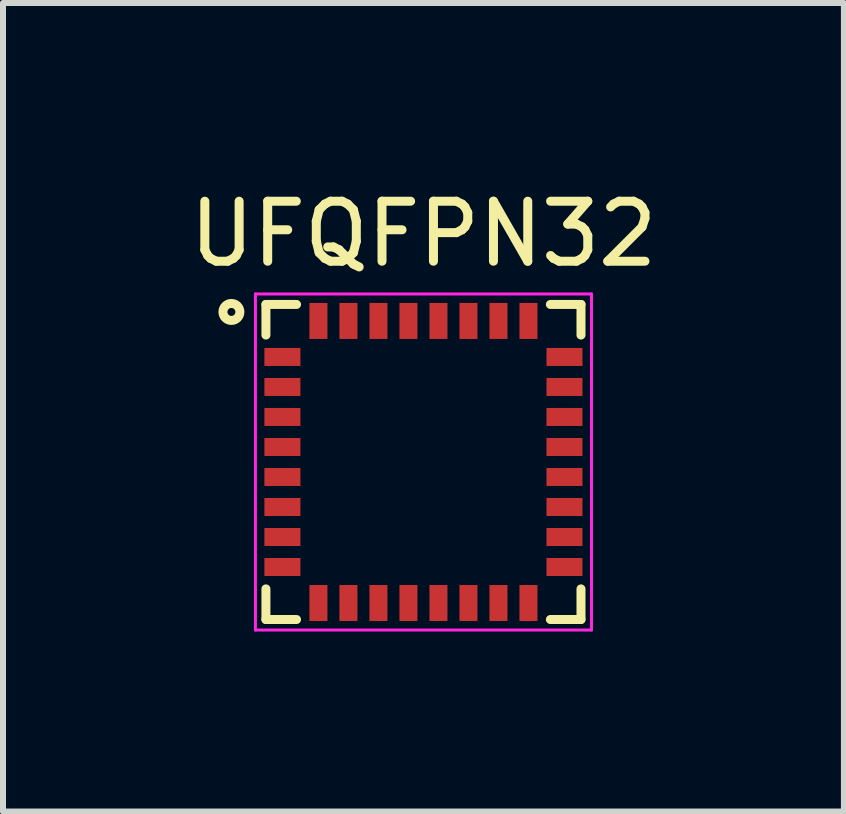
<source format=kicad_pcb>
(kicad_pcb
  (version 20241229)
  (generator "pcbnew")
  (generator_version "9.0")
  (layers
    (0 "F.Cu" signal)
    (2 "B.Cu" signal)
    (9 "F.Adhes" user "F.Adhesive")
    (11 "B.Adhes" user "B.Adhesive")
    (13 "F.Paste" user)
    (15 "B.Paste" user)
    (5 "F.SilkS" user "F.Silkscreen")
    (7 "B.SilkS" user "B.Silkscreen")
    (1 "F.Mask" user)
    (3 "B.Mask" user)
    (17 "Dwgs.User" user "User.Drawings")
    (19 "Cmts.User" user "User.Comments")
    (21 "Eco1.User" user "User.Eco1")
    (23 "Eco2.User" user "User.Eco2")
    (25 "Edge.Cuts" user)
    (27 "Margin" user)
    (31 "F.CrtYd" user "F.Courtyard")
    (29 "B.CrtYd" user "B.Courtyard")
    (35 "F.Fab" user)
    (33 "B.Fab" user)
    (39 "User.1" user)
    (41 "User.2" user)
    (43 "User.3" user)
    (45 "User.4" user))
  (footprint "UFQFPN32"
    (layer "F.Cu")
    (at 4.006 4.648)
    (property "Reference" "UFQFPN32" (at 0 -3.8 0) (layer "F.SilkS") (effects (font (size 1 1) (thickness 0.15))))
    (attr smd)
    (fp_line (start -2.625 -2.625) (end -2.625 -2.115) (stroke (width 0.15) (type solid)) (layer "F.SilkS"))
    (fp_line (start -2.625 -2.625) (end -2.115 -2.625) (stroke (width 0.15) (type solid)) (layer "F.SilkS"))
    (fp_line (start -2.625 2.625) (end -2.625 2.115) (stroke (width 0.15) (type solid)) (layer "F.SilkS"))
    (fp_line (start -2.625 2.625) (end -2.115 2.625) (stroke (width 0.15) (type solid)) (layer "F.SilkS"))
    (fp_line (start 2.625 -2.625) (end 2.115 -2.625) (stroke (width 0.15) (type solid)) (layer "F.SilkS"))
    (fp_line (start 2.625 -2.625) (end 2.625 -2.115) (stroke (width 0.15) (type solid)) (layer "F.SilkS"))
    (fp_line (start 2.625 2.625) (end 2.115 2.625) (stroke (width 0.15) (type solid)) (layer "F.SilkS"))
    (fp_line (start 2.625 2.625) (end 2.625 2.115) (stroke (width 0.15) (type solid)) (layer "F.SilkS"))
    (fp_circle (center -3.2 -2.5) (end -3.1 -2.4) (stroke (width 0.15) (type solid)) (fill no) (layer "F.SilkS"))
    (fp_line (start -2.8 -2.8) (end -2.8 2.8) (stroke (width 0.05) (type solid)) (layer "F.CrtYd"))
    (fp_line (start -2.8 -2.8) (end 2.8 -2.8) (stroke (width 0.05) (type solid)) (layer "F.CrtYd"))
    (fp_line (start -2.8 2.8) (end 2.8 2.8) (stroke (width 0.05) (type solid)) (layer "F.CrtYd"))
    (fp_line (start 2.8 -2.8) (end 2.8 2.8) (stroke (width 0.05) (type solid)) (layer "F.CrtYd"))
    (pad "1" smd rect (at -2.35 -1.75) (size 0.6 0.3) (layers "F.Cu" "F.Mask" "F.Paste"))
    (pad "2" smd rect (at -2.35 -1.25) (size 0.6 0.3) (layers "F.Cu" "F.Mask" "F.Paste"))
    (pad "3" smd rect (at -2.35 -0.75) (size 0.6 0.3) (layers "F.Cu" "F.Mask" "F.Paste"))
    (pad "4" smd rect (at -2.35 -0.25) (size 0.6 0.3) (layers "F.Cu" "F.Mask" "F.Paste"))
    (pad "5" smd rect (at -2.35 0.25) (size 0.6 0.3) (layers "F.Cu" "F.Mask" "F.Paste"))
    (pad "6" smd rect (at -2.35 0.75) (size 0.6 0.3) (layers "F.Cu" "F.Mask" "F.Paste"))
    (pad "7" smd rect (at -2.35 1.25) (size 0.6 0.3) (layers "F.Cu" "F.Mask" "F.Paste"))
    (pad "8" smd rect (at -2.35 1.75) (size 0.6 0.3) (layers "F.Cu" "F.Mask" "F.Paste"))
    (pad "9" smd rect (at -1.75 2.35 90) (size 0.6 0.3) (layers "F.Cu" "F.Mask" "F.Paste"))
    (pad "10" smd rect (at -1.25 2.35 90) (size 0.6 0.3) (layers "F.Cu" "F.Mask" "F.Paste"))
    (pad "11" smd rect (at -0.75 2.35 90) (size 0.6 0.3) (layers "F.Cu" "F.Mask" "F.Paste"))
    (pad "12" smd rect (at -0.25 2.35 90) (size 0.6 0.3) (layers "F.Cu" "F.Mask" "F.Paste"))
    (pad "13" smd rect (at 0.25 2.35 90) (size 0.6 0.3) (layers "F.Cu" "F.Mask" "F.Paste"))
    (pad "14" smd rect (at 0.75 2.35 90) (size 0.6 0.3) (layers "F.Cu" "F.Mask" "F.Paste"))
    (pad "15" smd rect (at 1.25 2.35 90) (size 0.6 0.3) (layers "F.Cu" "F.Mask" "F.Paste"))
    (pad "16" smd rect (at 1.75 2.35 90) (size 0.6 0.3) (layers "F.Cu" "F.Mask" "F.Paste"))
    (pad "17" smd rect (at 2.35 1.75) (size 0.6 0.3) (layers "F.Cu" "F.Mask" "F.Paste"))
    (pad "18" smd rect (at 2.35 1.25) (size 0.6 0.3) (layers "F.Cu" "F.Mask" "F.Paste"))
    (pad "19" smd rect (at 2.35 0.75) (size 0.6 0.3) (layers "F.Cu" "F.Mask" "F.Paste"))
    (pad "20" smd rect (at 2.35 0.25) (size 0.6 0.3) (layers "F.Cu" "F.Mask" "F.Paste"))
    (pad "21" smd rect (at 2.35 -0.25) (size 0.6 0.3) (layers "F.Cu" "F.Mask" "F.Paste"))
    (pad "22" smd rect (at 2.35 -0.75) (size 0.6 0.3) (layers "F.Cu" "F.Mask" "F.Paste"))
    (pad "23" smd rect (at 2.35 -1.25) (size 0.6 0.3) (layers "F.Cu" "F.Mask" "F.Paste"))
    (pad "24" smd rect (at 2.35 -1.75) (size 0.6 0.3) (layers "F.Cu" "F.Mask" "F.Paste"))
    (pad "25" smd rect (at 1.75 -2.35 90) (size 0.6 0.3) (layers "F.Cu" "F.Mask" "F.Paste"))
    (pad "26" smd rect (at 1.25 -2.35 90) (size 0.6 0.3) (layers "F.Cu" "F.Mask" "F.Paste"))
    (pad "27" smd rect (at 0.75 -2.35 90) (size 0.6 0.3) (layers "F.Cu" "F.Mask" "F.Paste"))
    (pad "28" smd rect (at 0.25 -2.35 90) (size 0.6 0.3) (layers "F.Cu" "F.Mask" "F.Paste"))
    (pad "29" smd rect (at -0.25 -2.35 90) (size 0.6 0.3) (layers "F.Cu" "F.Mask" "F.Paste"))
    (pad "30" smd rect (at -0.75 -2.35 90) (size 0.6 0.3) (layers "F.Cu" "F.Mask" "F.Paste"))
    (pad "31" smd rect (at -1.25 -2.35 90) (size 0.6 0.3) (layers "F.Cu" "F.Mask" "F.Paste"))
    (pad "32" smd rect (at -1.75 -2.35 90) (size 0.6 0.3) (layers "F.Cu" "F.Mask" "F.Paste")))
  (gr_rect
    (start -3 -3)
    (end 11.012 10.473)
    (stroke (width 0.1) (type default))
    (fill no)
    (layer "Edge.Cuts")))
</source>
